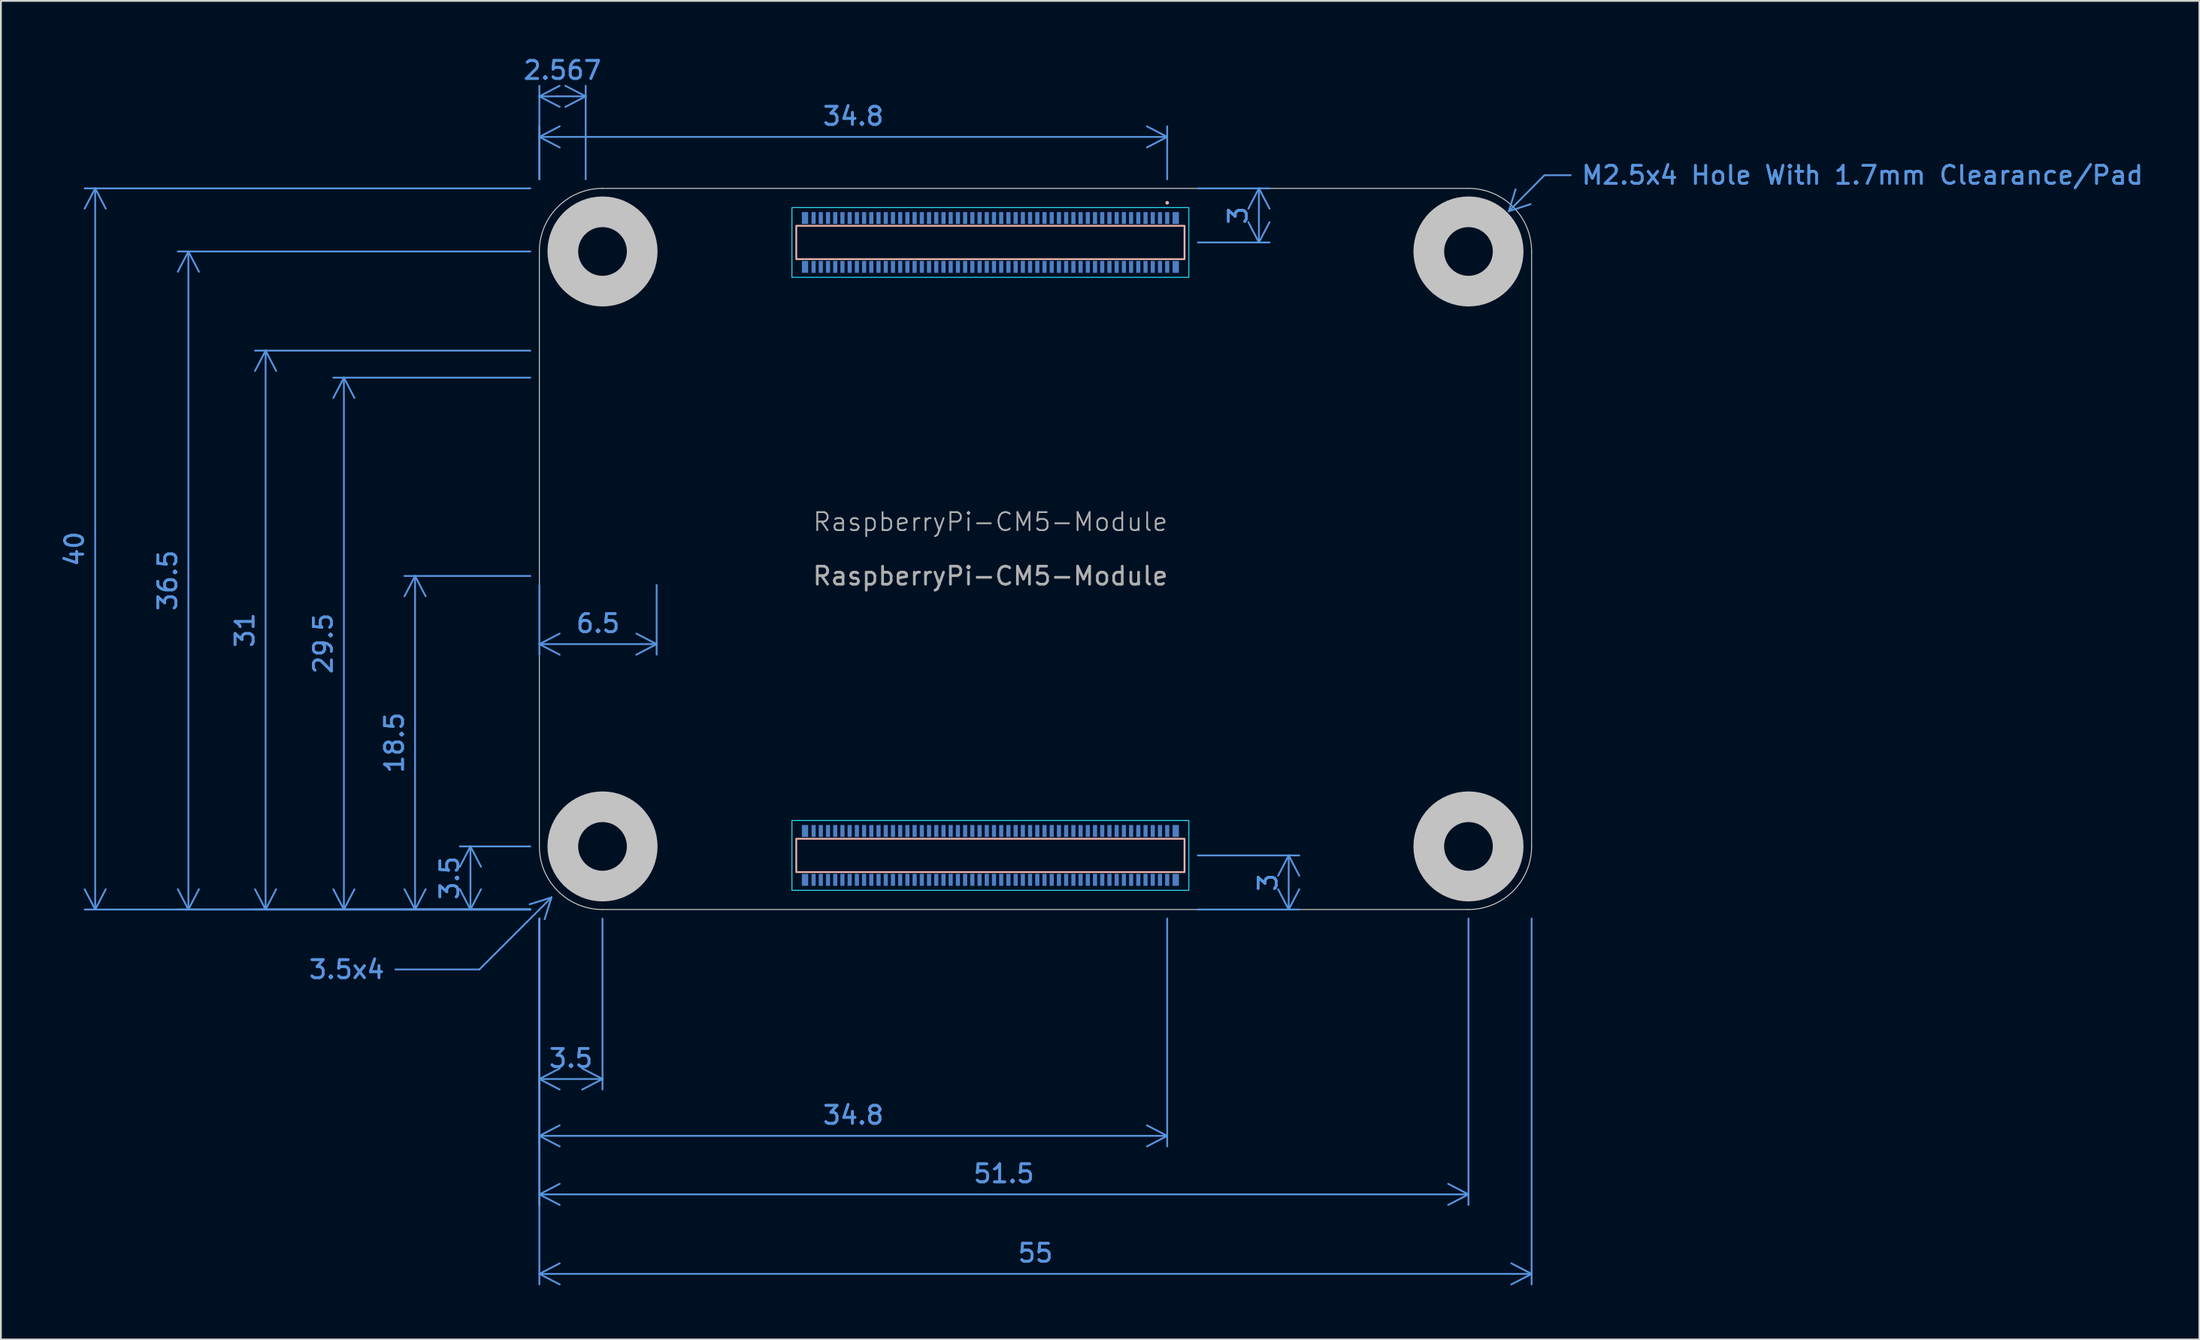
<source format=kicad_pcb>
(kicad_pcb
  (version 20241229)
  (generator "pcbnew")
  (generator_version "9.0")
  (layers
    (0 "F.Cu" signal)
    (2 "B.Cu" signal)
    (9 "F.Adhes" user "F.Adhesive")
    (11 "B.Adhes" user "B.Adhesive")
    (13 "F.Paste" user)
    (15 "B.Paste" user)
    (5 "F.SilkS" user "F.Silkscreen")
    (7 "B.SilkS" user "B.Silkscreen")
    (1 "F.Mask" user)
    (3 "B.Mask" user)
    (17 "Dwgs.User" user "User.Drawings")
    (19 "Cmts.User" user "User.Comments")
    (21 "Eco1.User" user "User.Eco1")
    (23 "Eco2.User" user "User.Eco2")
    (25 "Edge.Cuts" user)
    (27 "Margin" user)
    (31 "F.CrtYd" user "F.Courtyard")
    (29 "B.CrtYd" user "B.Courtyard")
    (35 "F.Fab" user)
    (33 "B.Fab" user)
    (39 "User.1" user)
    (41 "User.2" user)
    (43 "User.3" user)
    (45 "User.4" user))
  (footprint "RaspberryPi-CM5-Module"
    (layer "F.Cu")
    (at 51.847 47.398)
    (property "Reference" "RaspberryPi-CM5-Module" (at 0 -21.5 0) (unlocked yes) (layer "F.Fab") (effects (font (size 1 1) (thickness 0.1))))
    (attr smd)
    (fp_rect (start -10.76 -37.925) (end 10.76 -36.075) (stroke (width 0.1) (type solid)) (fill no) (layer "B.SilkS"))
    (fp_rect (start -10.76 -3.925) (end 10.76 -2.075) (stroke (width 0.1) (type solid)) (fill no) (layer "B.SilkS"))
    (fp_circle (center 9.8 -39.2) (end 9.9 -39.2) (stroke (width 0) (type default)) (fill yes) (layer "B.SilkS"))
    (fp_circle (center -21.5 -36.5) (end -19.3 -36.5) (stroke (width 1.7) (type default)) (fill no) (layer "Dwgs.User"))
    (fp_circle (center -21.5 -3.5) (end -19.3 -3.5) (stroke (width 1.7) (type default)) (fill no) (layer "Dwgs.User"))
    (fp_circle (center 26.5 -36.5) (end 28.7 -36.5) (stroke (width 1.7) (type default)) (fill no) (layer "Dwgs.User"))
    (fp_circle (center 26.5 -3.5) (end 28.7 -3.5) (stroke (width 1.7) (type default)) (fill no) (layer "Dwgs.User"))
    (fp_line (start -25 -3.5) (end -25 -36.5) (stroke (width 0.05) (type default)) (layer "Edge.Cuts"))
    (fp_line (start -21.5 -40) (end 26.5 -40) (stroke (width 0.05) (type default)) (layer "Edge.Cuts"))
    (fp_line (start 26.5 0) (end -21.5 0) (stroke (width 0.05) (type default)) (layer "Edge.Cuts"))
    (fp_line (start 30 -36.5) (end 30 -3.5) (stroke (width 0.05) (type default)) (layer "Edge.Cuts"))
    (fp_arc (start -25 -36.5) (mid -23.974874 -38.974874) (end -21.5 -40) (stroke (width 0.05) (type default)) (layer "Edge.Cuts"))
    (fp_arc (start -21.5 0) (mid -23.974874 -1.025126) (end -25 -3.5) (stroke (width 0.05) (type default)) (layer "Edge.Cuts"))
    (fp_arc (start 26.5 -40) (mid 28.974874 -38.974874) (end 30 -36.5) (stroke (width 0.05) (type default)) (layer "Edge.Cuts"))
    (fp_arc (start 30 -3.5) (mid 28.974874 -1.025126) (end 26.5 0) (stroke (width 0.05) (type default)) (layer "Edge.Cuts"))
    (fp_rect (start -11 -38.935) (end 11 -35.065) (stroke (width 0.05) (type solid)) (fill no) (layer "B.CrtYd"))
    (fp_rect (start -11 -4.935) (end 11 -1.065) (stroke (width 0.05) (type solid)) (fill no) (layer "B.CrtYd"))
    (fp_circle (center -22.433 -31) (end -21.433 -31) (stroke (width 0.1) (type default)) (fill no) (layer "User.3"))
    (fp_rect (start -25 -29.5) (end -18.5 -18.5) (stroke (width 0.1) (type dash)) (fill no) (layer "User.4"))
    (fp_text user "${REFERENCE}" (at 0 -18.5 0) (unlocked yes) (layer "F.Fab") (effects (font (size 1 1) (thickness 0.15))))
    (fp_text user "U.FL" (at -21.483 -31 0) (unlocked yes) (layer "User.3") (effects (font (size 1 1) (thickness 0.15)) (justify left)))
    (fp_text user "Cutout" (at -20.18 -24 90) (unlocked yes) (layer "User.4") (effects (font (size 1.5 1.5) (thickness 0.165))))
    (fp_text user "Wireless" (at -23.305 -24 90) (unlocked yes) (layer "User.4") (effects (font (size 1.5 1.5) (thickness 0.165))))
    (dimension (type leader) (layer "Cmts.User") (pts (xy 80.232 9.018) (xy 82.557 6.668)) (format (prefix "") (suffix "") (units 0) (units_format 0) (precision 4) (override_value "M2.5x4 Hole With 1.7mm Clearance/Pad")) (style (thickness 0.1) (arrow_length 1.27) (text_position_mode 0) (text_frame 0) (extension_offset 0.5)) (gr_text "M2.5x4 Hole With 1.7mm Clearance/Pad" (at 100.187 6.668 0) (layer "Cmts.User") (effects (font (size 1 1) (thickness 0.15)))))
    (dimension (type leader) (layer "Cmts.User") (pts (xy 27.873 46.373) (xy 23.522 50.723)) (format (prefix "") (suffix "") (units 0) (units_format 0) (precision 4) (override_value "3.5x4")) (style (thickness 0.1) (arrow_length 1.27) (text_position_mode 0) (text_frame 0) (extension_offset 0.5)) (gr_text "3.5x4" (at 16.172 50.723 0) (layer "Cmts.User") (effects (font (size 1 1) (thickness 0.15)))))
    (dimension (type orthogonal) (layer "Cmts.User") (pts (xy 29.414 7.398) (xy 26.847 7.398)) (height -5.105) (orientation 0) (format (prefix "") (suffix "") (units 3) (units_format 0) (precision 4) (suppress_zeroes yes)) (style (thickness 0.1) (arrow_length 1.27) (text_position_mode 2) (arrow_direction outward) (extension_height 0.586) (extension_offset 0.5) (keep_text_aligned yes)) (gr_text "2.567" (at 28.127 0.848 0) (layer "Cmts.User") (effects (font (size 1 1) (thickness 0.15)))))
    (dimension (type orthogonal) (layer "Cmts.User") (pts (xy 26.847 47.398) (xy 26.847 16.398)) (height -15.175) (orientation 1) (format (prefix "") (suffix "") (units 3) (units_format 0) (precision 4) (suppress_zeroes yes)) (style (thickness 0.1) (arrow_length 1.27) (text_position_mode 0) (arrow_direction outward) (extension_height 0.586) (extension_offset 0.5) (keep_text_aligned yes)) (gr_text "31" (at 10.522 31.898 90) (layer "Cmts.User") (effects (font (size 1 1) (thickness 0.15)))))
    (dimension (type orthogonal) (layer "Cmts.User") (pts (xy 30.347 47.398) (xy 26.847 47.398)) (height 9.4) (orientation 0) (format (prefix "") (suffix "") (units 3) (units_format 0) (precision 4) (suppress_zeroes yes)) (style (thickness 0.1) (arrow_length 1.27) (text_position_mode 0) (arrow_direction outward) (extension_height 0.586) (extension_offset 0.5) (keep_text_aligned yes)) (gr_text "3.5" (at 28.597 55.648 0) (layer "Cmts.User") (effects (font (size 1 1) (thickness 0.15)))))
    (dimension (type orthogonal) (layer "Cmts.User") (pts (xy 26.847 47.398) (xy 61.647 47.398)) (height 12.555) (orientation 0) (format (prefix "") (suffix "") (units 3) (units_format 0) (precision 4) (suppress_zeroes yes)) (style (thickness 0.1) (arrow_length 1.27) (text_position_mode 0) (arrow_direction outward) (extension_height 0.586) (extension_offset 0.5) (keep_text_aligned yes)) (gr_text "34.8" (at 44.247 58.803 0) (layer "Cmts.User") (effects (font (size 1 1) (thickness 0.15)))))
    (dimension (type orthogonal) (layer "Cmts.User") (pts (xy 26.847 47.398) (xy 26.847 43.898)) (height -3.82) (orientation 1) (format (prefix "") (suffix "") (units 3) (units_format 0) (precision 4) (suppress_zeroes yes)) (style (thickness 0.1) (arrow_length 1.27) (text_position_mode 0) (arrow_direction outward) (extension_height 0.586) (extension_offset 0.5) (keep_text_aligned yes)) (gr_text "3.5" (at 21.877 45.648 90) (layer "Cmts.User") (effects (font (size 1 1) (thickness 0.15)))))
    (dimension (type orthogonal) (layer "Cmts.User") (pts (xy 62.847 44.398) (xy 62.847 47.398)) (height 5.535) (orientation 1) (format (prefix "") (suffix "") (units 3) (units_format 0) (precision 4) (suppress_zeroes yes)) (style (thickness 0.1) (arrow_length 1.27) (text_position_mode 0) (arrow_direction outward) (extension_height 0.586) (extension_offset 0.5) (keep_text_aligned yes)) (gr_text "3" (at 67.232 45.898 90) (layer "Cmts.User") (effects (font (size 1 1) (thickness 0.15)))))
    (dimension (type orthogonal) (layer "Cmts.User") (pts (xy 26.847 28.898) (xy 33.347 28.898)) (height 3.78) (orientation 0) (format (prefix "") (suffix "") (units 3) (units_format 0) (precision 4) (suppress_zeroes yes)) (style (thickness 0.1) (arrow_length 1.27) (text_position_mode 0) (arrow_direction outward) (extension_height 0.586) (extension_offset 0.5) (keep_text_aligned yes)) (gr_text "6.5" (at 30.097 31.528 0) (layer "Cmts.User") (effects (font (size 1 1) (thickness 0.15)))))
    (dimension (type orthogonal) (layer "Cmts.User") (pts (xy 26.847 47.398) (xy 78.347 47.398)) (height 15.8) (orientation 0) (format (prefix "") (suffix "") (units 3) (units_format 0) (precision 4) (suppress_zeroes yes)) (style (thickness 0.1) (arrow_length 1.27) (text_position_mode 0) (arrow_direction outward) (extension_height 0.586) (extension_offset 0.5) (keep_text_aligned yes)) (gr_text "51.5" (at 52.597 62.048 0) (layer "Cmts.User") (effects (font (size 1 1) (thickness 0.15)))))
    (dimension (type orthogonal) (layer "Cmts.User") (pts (xy 26.847 47.398) (xy 26.847 17.898)) (height -10.835) (orientation 1) (format (prefix "") (suffix "") (units 3) (units_format 0) (precision 4) (suppress_zeroes yes)) (style (thickness 0.1) (arrow_length 1.27) (text_position_mode 0) (arrow_direction outward) (extension_height 0.586) (extension_offset 0.5) (keep_text_aligned yes)) (gr_text "29.5" (at 14.862 32.648 90) (layer "Cmts.User") (effects (font (size 1 1) (thickness 0.15)))))
    (dimension (type orthogonal) (layer "Cmts.User") (pts (xy 26.847 7.398) (xy 61.647 7.398)) (height -2.855) (orientation 0) (format (prefix "") (suffix "") (units 3) (units_format 0) (precision 4) (suppress_zeroes yes)) (style (thickness 0.1) (arrow_length 1.27) (text_position_mode 0) (arrow_direction outward) (extension_height 0.586) (extension_offset 0.5) (keep_text_aligned yes)) (gr_text "34.8" (at 44.247 3.393 0) (layer "Cmts.User") (effects (font (size 1 1) (thickness 0.15)))))
    (dimension (type orthogonal) (layer "Cmts.User") (pts (xy 62.847 10.398) (xy 62.847 7.398)) (height 3.885) (orientation 1) (format (prefix "") (suffix "") (units 3) (units_format 0) (precision 4) (suppress_zeroes yes)) (style (thickness 0.1) (arrow_length 1.27) (text_position_mode 0) (arrow_direction outward) (extension_height 0.586) (extension_offset 0.5) (keep_text_aligned yes)) (gr_text "3" (at 65.582 8.898 90) (layer "Cmts.User") (effects (font (size 1 1) (thickness 0.15)))))
    (dimension (type orthogonal) (layer "Cmts.User") (pts (xy 26.847 47.398) (xy 26.847 10.898)) (height -19.455) (orientation 1) (format (prefix "") (suffix "") (units 3) (units_format 0) (precision 4) (suppress_zeroes yes)) (style (thickness 0.1) (arrow_length 1.27) (text_position_mode 0) (arrow_direction outward) (extension_height 0.586) (extension_offset 0.5) (keep_text_aligned yes)) (gr_text "36.5" (at 6.242 29.148 90) (layer "Cmts.User") (effects (font (size 1 1) (thickness 0.15)))))
    (dimension (type orthogonal) (layer "Cmts.User") (pts (xy 26.847 47.398) (xy 26.847 7.398)) (height -24.62) (orientation 1) (format (prefix "") (suffix "") (units 3) (units_format 0) (precision 4) (suppress_zeroes yes)) (style (thickness 0.1) (arrow_length 1.27) (text_position_mode 0) (arrow_direction outward) (extension_height 0.586) (extension_offset 0.5) (keep_text_aligned yes)) (gr_text "40" (at 1.077 27.398 90) (layer "Cmts.User") (effects (font (size 1 1) (thickness 0.15)))))
    (dimension (type orthogonal) (layer "Cmts.User") (pts (xy 26.847 47.398) (xy 26.847 28.898)) (height -6.89) (orientation 1) (format (prefix "") (suffix "") (units 3) (units_format 0) (precision 4) (suppress_zeroes yes)) (style (thickness 0.1) (arrow_length 1.27) (text_position_mode 0) (arrow_direction outward) (extension_height 0.586) (extension_offset 0.5) (keep_text_aligned yes)) (gr_text "18.5" (at 18.807 38.148 90) (layer "Cmts.User") (effects (font (size 1 1) (thickness 0.15)))))
    (dimension (type orthogonal) (layer "Cmts.User") (pts (xy 26.847 47.398) (xy 81.847 47.398)) (height 20.21) (orientation 0) (format (prefix "") (suffix "") (units 3) (units_format 0) (precision 4) (suppress_zeroes yes)) (style (thickness 0.1) (arrow_length 1.27) (text_position_mode 0) (arrow_direction outward) (extension_height 0.586) (extension_offset 0.5) (keep_text_aligned yes)) (gr_text "55" (at 54.347 66.458 0) (layer "Cmts.User") (effects (font (size 1 1) (thickness 0.15)))))
    (pad "1" smd rect (at 9.8 -38.355) (size 0.23 0.66) (layers "B.Cu" "B.Mask" "B.Paste"))
    (pad "2" smd rect (at 9.8 -35.645) (size 0.23 0.66) (layers "B.Cu" "B.Mask" "B.Paste"))
    (pad "3" smd rect (at 9.4 -38.355) (size 0.23 0.66) (layers "B.Cu" "B.Mask" "B.Paste"))
    (pad "4" smd rect (at 9.4 -35.645) (size 0.23 0.66) (layers "B.Cu" "B.Mask" "B.Paste"))
    (pad "5" smd rect (at 9 -38.355) (size 0.23 0.66) (layers "B.Cu" "B.Mask" "B.Paste"))
    (pad "6" smd rect (at 9 -35.645) (size 0.23 0.66) (layers "B.Cu" "B.Mask" "B.Paste"))
    (pad "7" smd rect (at 8.6 -38.355) (size 0.23 0.66) (layers "B.Cu" "B.Mask" "B.Paste"))
    (pad "8" smd rect (at 8.6 -35.645) (size 0.23 0.66) (layers "B.Cu" "B.Mask" "B.Paste"))
    (pad "9" smd rect (at 8.2 -38.355) (size 0.23 0.66) (layers "B.Cu" "B.Mask" "B.Paste"))
    (pad "10" smd rect (at 8.2 -35.645) (size 0.23 0.66) (layers "B.Cu" "B.Mask" "B.Paste"))
    (pad "11" smd rect (at 7.8 -38.355) (size 0.23 0.66) (layers "B.Cu" "B.Mask" "B.Paste"))
    (pad "12" smd rect (at 7.8 -35.645) (size 0.23 0.66) (layers "B.Cu" "B.Mask" "B.Paste"))
    (pad "13" smd rect (at 7.4 -38.355) (size 0.23 0.66) (layers "B.Cu" "B.Mask" "B.Paste"))
    (pad "14" smd rect (at 7.4 -35.645) (size 0.23 0.66) (layers "B.Cu" "B.Mask" "B.Paste"))
    (pad "15" smd rect (at 7 -38.355) (size 0.23 0.66) (layers "B.Cu" "B.Mask" "B.Paste"))
    (pad "16" smd rect (at 7 -35.645) (size 0.23 0.66) (layers "B.Cu" "B.Mask" "B.Paste"))
    (pad "17" smd rect (at 6.6 -38.355) (size 0.23 0.66) (layers "B.Cu" "B.Mask" "B.Paste"))
    (pad "18" smd rect (at 6.6 -35.645) (size 0.23 0.66) (layers "B.Cu" "B.Mask" "B.Paste"))
    (pad "19" smd rect (at 6.2 -38.355) (size 0.23 0.66) (layers "B.Cu" "B.Mask" "B.Paste"))
    (pad "20" smd rect (at 6.2 -35.645) (size 0.23 0.66) (layers "B.Cu" "B.Mask" "B.Paste"))
    (pad "21" smd rect (at 5.8 -38.355) (size 0.23 0.66) (layers "B.Cu" "B.Mask" "B.Paste"))
    (pad "22" smd rect (at 5.8 -35.645) (size 0.23 0.66) (layers "B.Cu" "B.Mask" "B.Paste"))
    (pad "23" smd rect (at 5.4 -38.355) (size 0.23 0.66) (layers "B.Cu" "B.Mask" "B.Paste"))
    (pad "24" smd rect (at 5.4 -35.645) (size 0.23 0.66) (layers "B.Cu" "B.Mask" "B.Paste"))
    (pad "25" smd rect (at 5 -38.355) (size 0.23 0.66) (layers "B.Cu" "B.Mask" "B.Paste"))
    (pad "26" smd rect (at 5 -35.645) (size 0.23 0.66) (layers "B.Cu" "B.Mask" "B.Paste"))
    (pad "27" smd rect (at 4.6 -38.355) (size 0.23 0.66) (layers "B.Cu" "B.Mask" "B.Paste"))
    (pad "28" smd rect (at 4.6 -35.645) (size 0.23 0.66) (layers "B.Cu" "B.Mask" "B.Paste"))
    (pad "29" smd rect (at 4.2 -38.355) (size 0.23 0.66) (layers "B.Cu" "B.Mask" "B.Paste"))
    (pad "30" smd rect (at 4.2 -35.645) (size 0.23 0.66) (layers "B.Cu" "B.Mask" "B.Paste"))
    (pad "31" smd rect (at 3.8 -38.355) (size 0.23 0.66) (layers "B.Cu" "B.Mask" "B.Paste"))
    (pad "32" smd rect (at 3.8 -35.645) (size 0.23 0.66) (layers "B.Cu" "B.Mask" "B.Paste"))
    (pad "33" smd rect (at 3.4 -38.355) (size 0.23 0.66) (layers "B.Cu" "B.Mask" "B.Paste"))
    (pad "34" smd rect (at 3.4 -35.645) (size 0.23 0.66) (layers "B.Cu" "B.Mask" "B.Paste"))
    (pad "35" smd rect (at 3 -38.355) (size 0.23 0.66) (layers "B.Cu" "B.Mask" "B.Paste"))
    (pad "36" smd rect (at 3 -35.645) (size 0.23 0.66) (layers "B.Cu" "B.Mask" "B.Paste"))
    (pad "37" smd rect (at 2.6 -38.355) (size 0.23 0.66) (layers "B.Cu" "B.Mask" "B.Paste"))
    (pad "38" smd rect (at 2.6 -35.645) (size 0.23 0.66) (layers "B.Cu" "B.Mask" "B.Paste"))
    (pad "39" smd rect (at 2.2 -38.355) (size 0.23 0.66) (layers "B.Cu" "B.Mask" "B.Paste"))
    (pad "40" smd rect (at 2.2 -35.645) (size 0.23 0.66) (layers "B.Cu" "B.Mask" "B.Paste"))
    (pad "41" smd rect (at 1.8 -38.355) (size 0.23 0.66) (layers "B.Cu" "B.Mask" "B.Paste"))
    (pad "42" smd rect (at 1.8 -35.645) (size 0.23 0.66) (layers "B.Cu" "B.Mask" "B.Paste"))
    (pad "43" smd rect (at 1.4 -38.355) (size 0.23 0.66) (layers "B.Cu" "B.Mask" "B.Paste"))
    (pad "44" smd rect (at 1.4 -35.645) (size 0.23 0.66) (layers "B.Cu" "B.Mask" "B.Paste"))
    (pad "45" smd rect (at 1 -38.355) (size 0.23 0.66) (layers "B.Cu" "B.Mask" "B.Paste"))
    (pad "46" smd rect (at 1 -35.645) (size 0.23 0.66) (layers "B.Cu" "B.Mask" "B.Paste"))
    (pad "47" smd rect (at 0.6 -38.355) (size 0.23 0.66) (layers "B.Cu" "B.Mask" "B.Paste"))
    (pad "48" smd rect (at 0.6 -35.645) (size 0.23 0.66) (layers "B.Cu" "B.Mask" "B.Paste"))
    (pad "49" smd rect (at 0.2 -38.355) (size 0.23 0.66) (layers "B.Cu" "B.Mask" "B.Paste"))
    (pad "50" smd rect (at 0.2 -35.645) (size 0.23 0.66) (layers "B.Cu" "B.Mask" "B.Paste"))
    (pad "51" smd rect (at -0.2 -38.355) (size 0.23 0.66) (layers "B.Cu" "B.Mask" "B.Paste"))
    (pad "52" smd rect (at -0.2 -35.645) (size 0.23 0.66) (layers "B.Cu" "B.Mask" "B.Paste"))
    (pad "53" smd rect (at -0.6 -38.355) (size 0.23 0.66) (layers "B.Cu" "B.Mask" "B.Paste"))
    (pad "54" smd rect (at -0.6 -35.645) (size 0.23 0.66) (layers "B.Cu" "B.Mask" "B.Paste"))
    (pad "55" smd rect (at -1 -38.355) (size 0.23 0.66) (layers "B.Cu" "B.Mask" "B.Paste"))
    (pad "56" smd rect (at -1 -35.645) (size 0.23 0.66) (layers "B.Cu" "B.Mask" "B.Paste"))
    (pad "57" smd rect (at -1.4 -38.355) (size 0.23 0.66) (layers "B.Cu" "B.Mask" "B.Paste"))
    (pad "58" smd rect (at -1.4 -35.645) (size 0.23 0.66) (layers "B.Cu" "B.Mask" "B.Paste"))
    (pad "59" smd rect (at -1.8 -38.355) (size 0.23 0.66) (layers "B.Cu" "B.Mask" "B.Paste"))
    (pad "60" smd rect (at -1.8 -35.645) (size 0.23 0.66) (layers "B.Cu" "B.Mask" "B.Paste"))
    (pad "61" smd rect (at -2.2 -38.355) (size 0.23 0.66) (layers "B.Cu" "B.Mask" "B.Paste"))
    (pad "62" smd rect (at -2.2 -35.645) (size 0.23 0.66) (layers "B.Cu" "B.Mask" "B.Paste"))
    (pad "63" smd rect (at -2.6 -38.355) (size 0.23 0.66) (layers "B.Cu" "B.Mask" "B.Paste"))
    (pad "64" smd rect (at -2.6 -35.645) (size 0.23 0.66) (layers "B.Cu" "B.Mask" "B.Paste"))
    (pad "65" smd rect (at -3 -38.355) (size 0.23 0.66) (layers "B.Cu" "B.Mask" "B.Paste"))
    (pad "66" smd rect (at -3 -35.645) (size 0.23 0.66) (layers "B.Cu" "B.Mask" "B.Paste"))
    (pad "67" smd rect (at -3.4 -38.355) (size 0.23 0.66) (layers "B.Cu" "B.Mask" "B.Paste"))
    (pad "68" smd rect (at -3.4 -35.645) (size 0.23 0.66) (layers "B.Cu" "B.Mask" "B.Paste"))
    (pad "69" smd rect (at -3.8 -38.355) (size 0.23 0.66) (layers "B.Cu" "B.Mask" "B.Paste"))
    (pad "70" smd rect (at -3.8 -35.645) (size 0.23 0.66) (layers "B.Cu" "B.Mask" "B.Paste"))
    (pad "71" smd rect (at -4.2 -38.355) (size 0.23 0.66) (layers "B.Cu" "B.Mask" "B.Paste"))
    (pad "72" smd rect (at -4.2 -35.645) (size 0.23 0.66) (layers "B.Cu" "B.Mask" "B.Paste"))
    (pad "73" smd rect (at -4.6 -38.355) (size 0.23 0.66) (layers "B.Cu" "B.Mask" "B.Paste"))
    (pad "74" smd rect (at -4.6 -35.645) (size 0.23 0.66) (layers "B.Cu" "B.Mask" "B.Paste"))
    (pad "75" smd rect (at -5 -38.355) (size 0.23 0.66) (layers "B.Cu" "B.Mask" "B.Paste"))
    (pad "76" smd rect (at -5 -35.645) (size 0.23 0.66) (layers "B.Cu" "B.Mask" "B.Paste"))
    (pad "77" smd rect (at -5.4 -38.355) (size 0.23 0.66) (layers "B.Cu" "B.Mask" "B.Paste"))
    (pad "78" smd rect (at -5.4 -35.645) (size 0.23 0.66) (layers "B.Cu" "B.Mask" "B.Paste"))
    (pad "79" smd rect (at -5.8 -38.355) (size 0.23 0.66) (layers "B.Cu" "B.Mask" "B.Paste"))
    (pad "80" smd rect (at -5.8 -35.645) (size 0.23 0.66) (layers "B.Cu" "B.Mask" "B.Paste"))
    (pad "81" smd rect (at -6.2 -38.355) (size 0.23 0.66) (layers "B.Cu" "B.Mask" "B.Paste"))
    (pad "82" smd rect (at -6.2 -35.645) (size 0.23 0.66) (layers "B.Cu" "B.Mask" "B.Paste"))
    (pad "83" smd rect (at -6.6 -38.355) (size 0.23 0.66) (layers "B.Cu" "B.Mask" "B.Paste"))
    (pad "84" smd rect (at -6.6 -35.645) (size 0.23 0.66) (layers "B.Cu" "B.Mask" "B.Paste"))
    (pad "85" smd rect (at -7 -38.355) (size 0.23 0.66) (layers "B.Cu" "B.Mask" "B.Paste"))
    (pad "86" smd rect (at -7 -35.645) (size 0.23 0.66) (layers "B.Cu" "B.Mask" "B.Paste"))
    (pad "87" smd rect (at -7.4 -38.355) (size 0.23 0.66) (layers "B.Cu" "B.Mask" "B.Paste"))
    (pad "88" smd rect (at -7.4 -35.645) (size 0.23 0.66) (layers "B.Cu" "B.Mask" "B.Paste"))
    (pad "89" smd rect (at -7.8 -38.355) (size 0.23 0.66) (layers "B.Cu" "B.Mask" "B.Paste"))
    (pad "90" smd rect (at -7.8 -35.645) (size 0.23 0.66) (layers "B.Cu" "B.Mask" "B.Paste"))
    (pad "91" smd rect (at -8.2 -38.355) (size 0.23 0.66) (layers "B.Cu" "B.Mask" "B.Paste"))
    (pad "92" smd rect (at -8.2 -35.645) (size 0.23 0.66) (layers "B.Cu" "B.Mask" "B.Paste"))
    (pad "93" smd rect (at -8.6 -38.355) (size 0.23 0.66) (layers "B.Cu" "B.Mask" "B.Paste"))
    (pad "94" smd rect (at -8.6 -35.645) (size 0.23 0.66) (layers "B.Cu" "B.Mask" "B.Paste"))
    (pad "95" smd rect (at -9 -38.355) (size 0.23 0.66) (layers "B.Cu" "B.Mask" "B.Paste"))
    (pad "96" smd rect (at -9 -35.645) (size 0.23 0.66) (layers "B.Cu" "B.Mask" "B.Paste"))
    (pad "97" smd rect (at -9.4 -38.355) (size 0.23 0.66) (layers "B.Cu" "B.Mask" "B.Paste"))
    (pad "98" smd rect (at -9.4 -35.645) (size 0.23 0.66) (layers "B.Cu" "B.Mask" "B.Paste"))
    (pad "99" smd rect (at -9.8 -38.355) (size 0.23 0.66) (layers "B.Cu" "B.Mask" "B.Paste"))
    (pad "100" smd rect (at -9.8 -35.645) (size 0.23 0.66) (layers "B.Cu" "B.Mask" "B.Paste"))
    (pad "101" smd rect (at 9.8 -4.355) (size 0.23 0.66) (layers "B.Cu" "B.Mask" "B.Paste"))
    (pad "102" smd rect (at 9.8 -1.645) (size 0.23 0.66) (layers "B.Cu" "B.Mask" "B.Paste"))
    (pad "103" smd rect (at 9.4 -4.355) (size 0.23 0.66) (layers "B.Cu" "B.Mask" "B.Paste"))
    (pad "104" smd rect (at 9.4 -1.645) (size 0.23 0.66) (layers "B.Cu" "B.Mask" "B.Paste"))
    (pad "105" smd rect (at 9 -4.355) (size 0.23 0.66) (layers "B.Cu" "B.Mask" "B.Paste"))
    (pad "106" smd rect (at 9 -1.645) (size 0.23 0.66) (layers "B.Cu" "B.Mask" "B.Paste"))
    (pad "107" smd rect (at 8.6 -4.355) (size 0.23 0.66) (layers "B.Cu" "B.Mask" "B.Paste"))
    (pad "108" smd rect (at 8.6 -1.645) (size 0.23 0.66) (layers "B.Cu" "B.Mask" "B.Paste"))
    (pad "109" smd rect (at 8.2 -4.355) (size 0.23 0.66) (layers "B.Cu" "B.Mask" "B.Paste"))
    (pad "110" smd rect (at 8.2 -1.645) (size 0.23 0.66) (layers "B.Cu" "B.Mask" "B.Paste"))
    (pad "111" smd rect (at 7.8 -4.355) (size 0.23 0.66) (layers "B.Cu" "B.Mask" "B.Paste"))
    (pad "112" smd rect (at 7.8 -1.645) (size 0.23 0.66) (layers "B.Cu" "B.Mask" "B.Paste"))
    (pad "113" smd rect (at 7.4 -4.355) (size 0.23 0.66) (layers "B.Cu" "B.Mask" "B.Paste"))
    (pad "114" smd rect (at 7.4 -1.645) (size 0.23 0.66) (layers "B.Cu" "B.Mask" "B.Paste"))
    (pad "115" smd rect (at 7 -4.355) (size 0.23 0.66) (layers "B.Cu" "B.Mask" "B.Paste"))
    (pad "116" smd rect (at 7 -1.645) (size 0.23 0.66) (layers "B.Cu" "B.Mask" "B.Paste"))
    (pad "117" smd rect (at 6.6 -4.355) (size 0.23 0.66) (layers "B.Cu" "B.Mask" "B.Paste"))
    (pad "118" smd rect (at 6.6 -1.645) (size 0.23 0.66) (layers "B.Cu" "B.Mask" "B.Paste"))
    (pad "119" smd rect (at 6.2 -4.355) (size 0.23 0.66) (layers "B.Cu" "B.Mask" "B.Paste"))
    (pad "120" smd rect (at 6.2 -1.645) (size 0.23 0.66) (layers "B.Cu" "B.Mask" "B.Paste"))
    (pad "121" smd rect (at 5.8 -4.355) (size 0.23 0.66) (layers "B.Cu" "B.Mask" "B.Paste"))
    (pad "122" smd rect (at 5.8 -1.645) (size 0.23 0.66) (layers "B.Cu" "B.Mask" "B.Paste"))
    (pad "123" smd rect (at 5.4 -4.355) (size 0.23 0.66) (layers "B.Cu" "B.Mask" "B.Paste"))
    (pad "124" smd rect (at 5.4 -1.645) (size 0.23 0.66) (layers "B.Cu" "B.Mask" "B.Paste"))
    (pad "125" smd rect (at 5 -4.355) (size 0.23 0.66) (layers "B.Cu" "B.Mask" "B.Paste"))
    (pad "126" smd rect (at 5 -1.645) (size 0.23 0.66) (layers "B.Cu" "B.Mask" "B.Paste"))
    (pad "127" smd rect (at 4.6 -4.355) (size 0.23 0.66) (layers "B.Cu" "B.Mask" "B.Paste"))
    (pad "128" smd rect (at 4.6 -1.645) (size 0.23 0.66) (layers "B.Cu" "B.Mask" "B.Paste"))
    (pad "129" smd rect (at 4.2 -4.355) (size 0.23 0.66) (layers "B.Cu" "B.Mask" "B.Paste"))
    (pad "130" smd rect (at 4.2 -1.645) (size 0.23 0.66) (layers "B.Cu" "B.Mask" "B.Paste"))
    (pad "131" smd rect (at 3.8 -4.355) (size 0.23 0.66) (layers "B.Cu" "B.Mask" "B.Paste"))
    (pad "132" smd rect (at 3.8 -1.645) (size 0.23 0.66) (layers "B.Cu" "B.Mask" "B.Paste"))
    (pad "133" smd rect (at 3.4 -4.355) (size 0.23 0.66) (layers "B.Cu" "B.Mask" "B.Paste"))
    (pad "134" smd rect (at 3.4 -1.645) (size 0.23 0.66) (layers "B.Cu" "B.Mask" "B.Paste"))
    (pad "135" smd rect (at 3 -4.355) (size 0.23 0.66) (layers "B.Cu" "B.Mask" "B.Paste"))
    (pad "136" smd rect (at 3 -1.645) (size 0.23 0.66) (layers "B.Cu" "B.Mask" "B.Paste"))
    (pad "137" smd rect (at 2.6 -4.355) (size 0.23 0.66) (layers "B.Cu" "B.Mask" "B.Paste"))
    (pad "138" smd rect (at 2.6 -1.645) (size 0.23 0.66) (layers "B.Cu" "B.Mask" "B.Paste"))
    (pad "139" smd rect (at 2.2 -4.355) (size 0.23 0.66) (layers "B.Cu" "B.Mask" "B.Paste"))
    (pad "140" smd rect (at 2.2 -1.645) (size 0.23 0.66) (layers "B.Cu" "B.Mask" "B.Paste"))
    (pad "141" smd rect (at 1.8 -4.355) (size 0.23 0.66) (layers "B.Cu" "B.Mask" "B.Paste"))
    (pad "142" smd rect (at 1.8 -1.645) (size 0.23 0.66) (layers "B.Cu" "B.Mask" "B.Paste"))
    (pad "143" smd rect (at 1.4 -4.355) (size 0.23 0.66) (layers "B.Cu" "B.Mask" "B.Paste"))
    (pad "144" smd rect (at 1.4 -1.645) (size 0.23 0.66) (layers "B.Cu" "B.Mask" "B.Paste"))
    (pad "145" smd rect (at 1 -4.355) (size 0.23 0.66) (layers "B.Cu" "B.Mask" "B.Paste"))
    (pad "146" smd rect (at 1 -1.645) (size 0.23 0.66) (layers "B.Cu" "B.Mask" "B.Paste"))
    (pad "147" smd rect (at 0.6 -4.355) (size 0.23 0.66) (layers "B.Cu" "B.Mask" "B.Paste"))
    (pad "148" smd rect (at 0.6 -1.645) (size 0.23 0.66) (layers "B.Cu" "B.Mask" "B.Paste"))
    (pad "149" smd rect (at 0.2 -4.355) (size 0.23 0.66) (layers "B.Cu" "B.Mask" "B.Paste"))
    (pad "150" smd rect (at 0.2 -1.645) (size 0.23 0.66) (layers "B.Cu" "B.Mask" "B.Paste"))
    (pad "151" smd rect (at -0.2 -4.355) (size 0.23 0.66) (layers "B.Cu" "B.Mask" "B.Paste"))
    (pad "152" smd rect (at -0.2 -1.645) (size 0.23 0.66) (layers "B.Cu" "B.Mask" "B.Paste"))
    (pad "153" smd rect (at -0.6 -4.355) (size 0.23 0.66) (layers "B.Cu" "B.Mask" "B.Paste"))
    (pad "154" smd rect (at -0.6 -1.645) (size 0.23 0.66) (layers "B.Cu" "B.Mask" "B.Paste"))
    (pad "155" smd rect (at -1 -4.355) (size 0.23 0.66) (layers "B.Cu" "B.Mask" "B.Paste"))
    (pad "156" smd rect (at -1 -1.645) (size 0.23 0.66) (layers "B.Cu" "B.Mask" "B.Paste"))
    (pad "157" smd rect (at -1.4 -4.355) (size 0.23 0.66) (layers "B.Cu" "B.Mask" "B.Paste"))
    (pad "158" smd rect (at -1.4 -1.645) (size 0.23 0.66) (layers "B.Cu" "B.Mask" "B.Paste"))
    (pad "159" smd rect (at -1.8 -4.355) (size 0.23 0.66) (layers "B.Cu" "B.Mask" "B.Paste"))
    (pad "160" smd rect (at -1.8 -1.645) (size 0.23 0.66) (layers "B.Cu" "B.Mask" "B.Paste"))
    (pad "161" smd rect (at -2.2 -4.355) (size 0.23 0.66) (layers "B.Cu" "B.Mask" "B.Paste"))
    (pad "162" smd rect (at -2.2 -1.645) (size 0.23 0.66) (layers "B.Cu" "B.Mask" "B.Paste"))
    (pad "163" smd rect (at -2.6 -4.355) (size 0.23 0.66) (layers "B.Cu" "B.Mask" "B.Paste"))
    (pad "164" smd rect (at -2.6 -1.645) (size 0.23 0.66) (layers "B.Cu" "B.Mask" "B.Paste"))
    (pad "165" smd rect (at -3 -4.355) (size 0.23 0.66) (layers "B.Cu" "B.Mask" "B.Paste"))
    (pad "166" smd rect (at -3 -1.645) (size 0.23 0.66) (layers "B.Cu" "B.Mask" "B.Paste"))
    (pad "167" smd rect (at -3.4 -4.355) (size 0.23 0.66) (layers "B.Cu" "B.Mask" "B.Paste"))
    (pad "168" smd rect (at -3.4 -1.645) (size 0.23 0.66) (layers "B.Cu" "B.Mask" "B.Paste"))
    (pad "169" smd rect (at -3.8 -4.355) (size 0.23 0.66) (layers "B.Cu" "B.Mask" "B.Paste"))
    (pad "170" smd rect (at -3.8 -1.645) (size 0.23 0.66) (layers "B.Cu" "B.Mask" "B.Paste"))
    (pad "171" smd rect (at -4.2 -4.355) (size 0.23 0.66) (layers "B.Cu" "B.Mask" "B.Paste"))
    (pad "172" smd rect (at -4.2 -1.645) (size 0.23 0.66) (layers "B.Cu" "B.Mask" "B.Paste"))
    (pad "173" smd rect (at -4.6 -4.355) (size 0.23 0.66) (layers "B.Cu" "B.Mask" "B.Paste"))
    (pad "174" smd rect (at -4.6 -1.645) (size 0.23 0.66) (layers "B.Cu" "B.Mask" "B.Paste"))
    (pad "175" smd rect (at -5 -4.355) (size 0.23 0.66) (layers "B.Cu" "B.Mask" "B.Paste"))
    (pad "176" smd rect (at -5 -1.645) (size 0.23 0.66) (layers "B.Cu" "B.Mask" "B.Paste"))
    (pad "177" smd rect (at -5.4 -4.355) (size 0.23 0.66) (layers "B.Cu" "B.Mask" "B.Paste"))
    (pad "178" smd rect (at -5.4 -1.645) (size 0.23 0.66) (layers "B.Cu" "B.Mask" "B.Paste"))
    (pad "179" smd rect (at -5.8 -4.355) (size 0.23 0.66) (layers "B.Cu" "B.Mask" "B.Paste"))
    (pad "180" smd rect (at -5.8 -1.645) (size 0.23 0.66) (layers "B.Cu" "B.Mask" "B.Paste"))
    (pad "181" smd rect (at -6.2 -4.355) (size 0.23 0.66) (layers "B.Cu" "B.Mask" "B.Paste"))
    (pad "182" smd rect (at -6.2 -1.645) (size 0.23 0.66) (layers "B.Cu" "B.Mask" "B.Paste"))
    (pad "183" smd rect (at -6.6 -4.355) (size 0.23 0.66) (layers "B.Cu" "B.Mask" "B.Paste"))
    (pad "184" smd rect (at -6.6 -1.645) (size 0.23 0.66) (layers "B.Cu" "B.Mask" "B.Paste"))
    (pad "185" smd rect (at -7 -4.355) (size 0.23 0.66) (layers "B.Cu" "B.Mask" "B.Paste"))
    (pad "186" smd rect (at -7 -1.645) (size 0.23 0.66) (layers "B.Cu" "B.Mask" "B.Paste"))
    (pad "187" smd rect (at -7.4 -4.355) (size 0.23 0.66) (layers "B.Cu" "B.Mask" "B.Paste"))
    (pad "188" smd rect (at -7.4 -1.645) (size 0.23 0.66) (layers "B.Cu" "B.Mask" "B.Paste"))
    (pad "189" smd rect (at -7.8 -4.355) (size 0.23 0.66) (layers "B.Cu" "B.Mask" "B.Paste"))
    (pad "190" smd rect (at -7.8 -1.645) (size 0.23 0.66) (layers "B.Cu" "B.Mask" "B.Paste"))
    (pad "191" smd rect (at -8.2 -4.355) (size 0.23 0.66) (layers "B.Cu" "B.Mask" "B.Paste"))
    (pad "192" smd rect (at -8.2 -1.645) (size 0.23 0.66) (layers "B.Cu" "B.Mask" "B.Paste"))
    (pad "193" smd rect (at -8.6 -4.355) (size 0.23 0.66) (layers "B.Cu" "B.Mask" "B.Paste"))
    (pad "194" smd rect (at -8.6 -1.645) (size 0.23 0.66) (layers "B.Cu" "B.Mask" "B.Paste"))
    (pad "195" smd rect (at -9 -4.355) (size 0.23 0.66) (layers "B.Cu" "B.Mask" "B.Paste"))
    (pad "196" smd rect (at -9 -1.645) (size 0.23 0.66) (layers "B.Cu" "B.Mask" "B.Paste"))
    (pad "197" smd rect (at -9.4 -4.355) (size 0.23 0.66) (layers "B.Cu" "B.Mask" "B.Paste"))
    (pad "198" smd rect (at -9.4 -1.645) (size 0.23 0.66) (layers "B.Cu" "B.Mask" "B.Paste"))
    (pad "199" smd rect (at -9.8 -4.355) (size 0.23 0.66) (layers "B.Cu" "B.Mask" "B.Paste"))
    (pad "200" smd rect (at -9.8 -1.645) (size 0.23 0.66) (layers "B.Cu" "B.Mask" "B.Paste"))
    (pad "S1" smd rect (at 10.275 -38.355) (size 0.35 0.66) (layers "B.Cu" "B.Mask" "B.Paste"))
    (pad "S2" smd rect (at 10.275 -35.645) (size 0.35 0.66) (layers "B.Cu" "B.Mask" "B.Paste"))
    (pad "S3" smd rect (at -10.275 -38.355) (size 0.35 0.66) (layers "B.Cu" "B.Mask" "B.Paste"))
    (pad "S4" smd rect (at -10.275 -35.645) (size 0.35 0.66) (layers "B.Cu" "B.Mask" "B.Paste"))
    (pad "S5" smd rect (at 10.275 -4.355) (size 0.35 0.66) (layers "B.Cu" "B.Mask" "B.Paste"))
    (pad "S6" smd rect (at 10.275 -1.645) (size 0.35 0.66) (layers "B.Cu" "B.Mask" "B.Paste"))
    (pad "S7" smd rect (at -10.275 -4.355) (size 0.35 0.66) (layers "B.Cu" "B.Mask" "B.Paste"))
    (pad "S8" smd rect (at -10.275 -1.645) (size 0.35 0.66) (layers "B.Cu" "B.Mask" "B.Paste")))
  (gr_rect
    (start -3 -3)
    (end 118.86 71.245)
    (stroke (width 0.1) (type default))
    (fill no)
    (layer "Edge.Cuts")))
</source>
